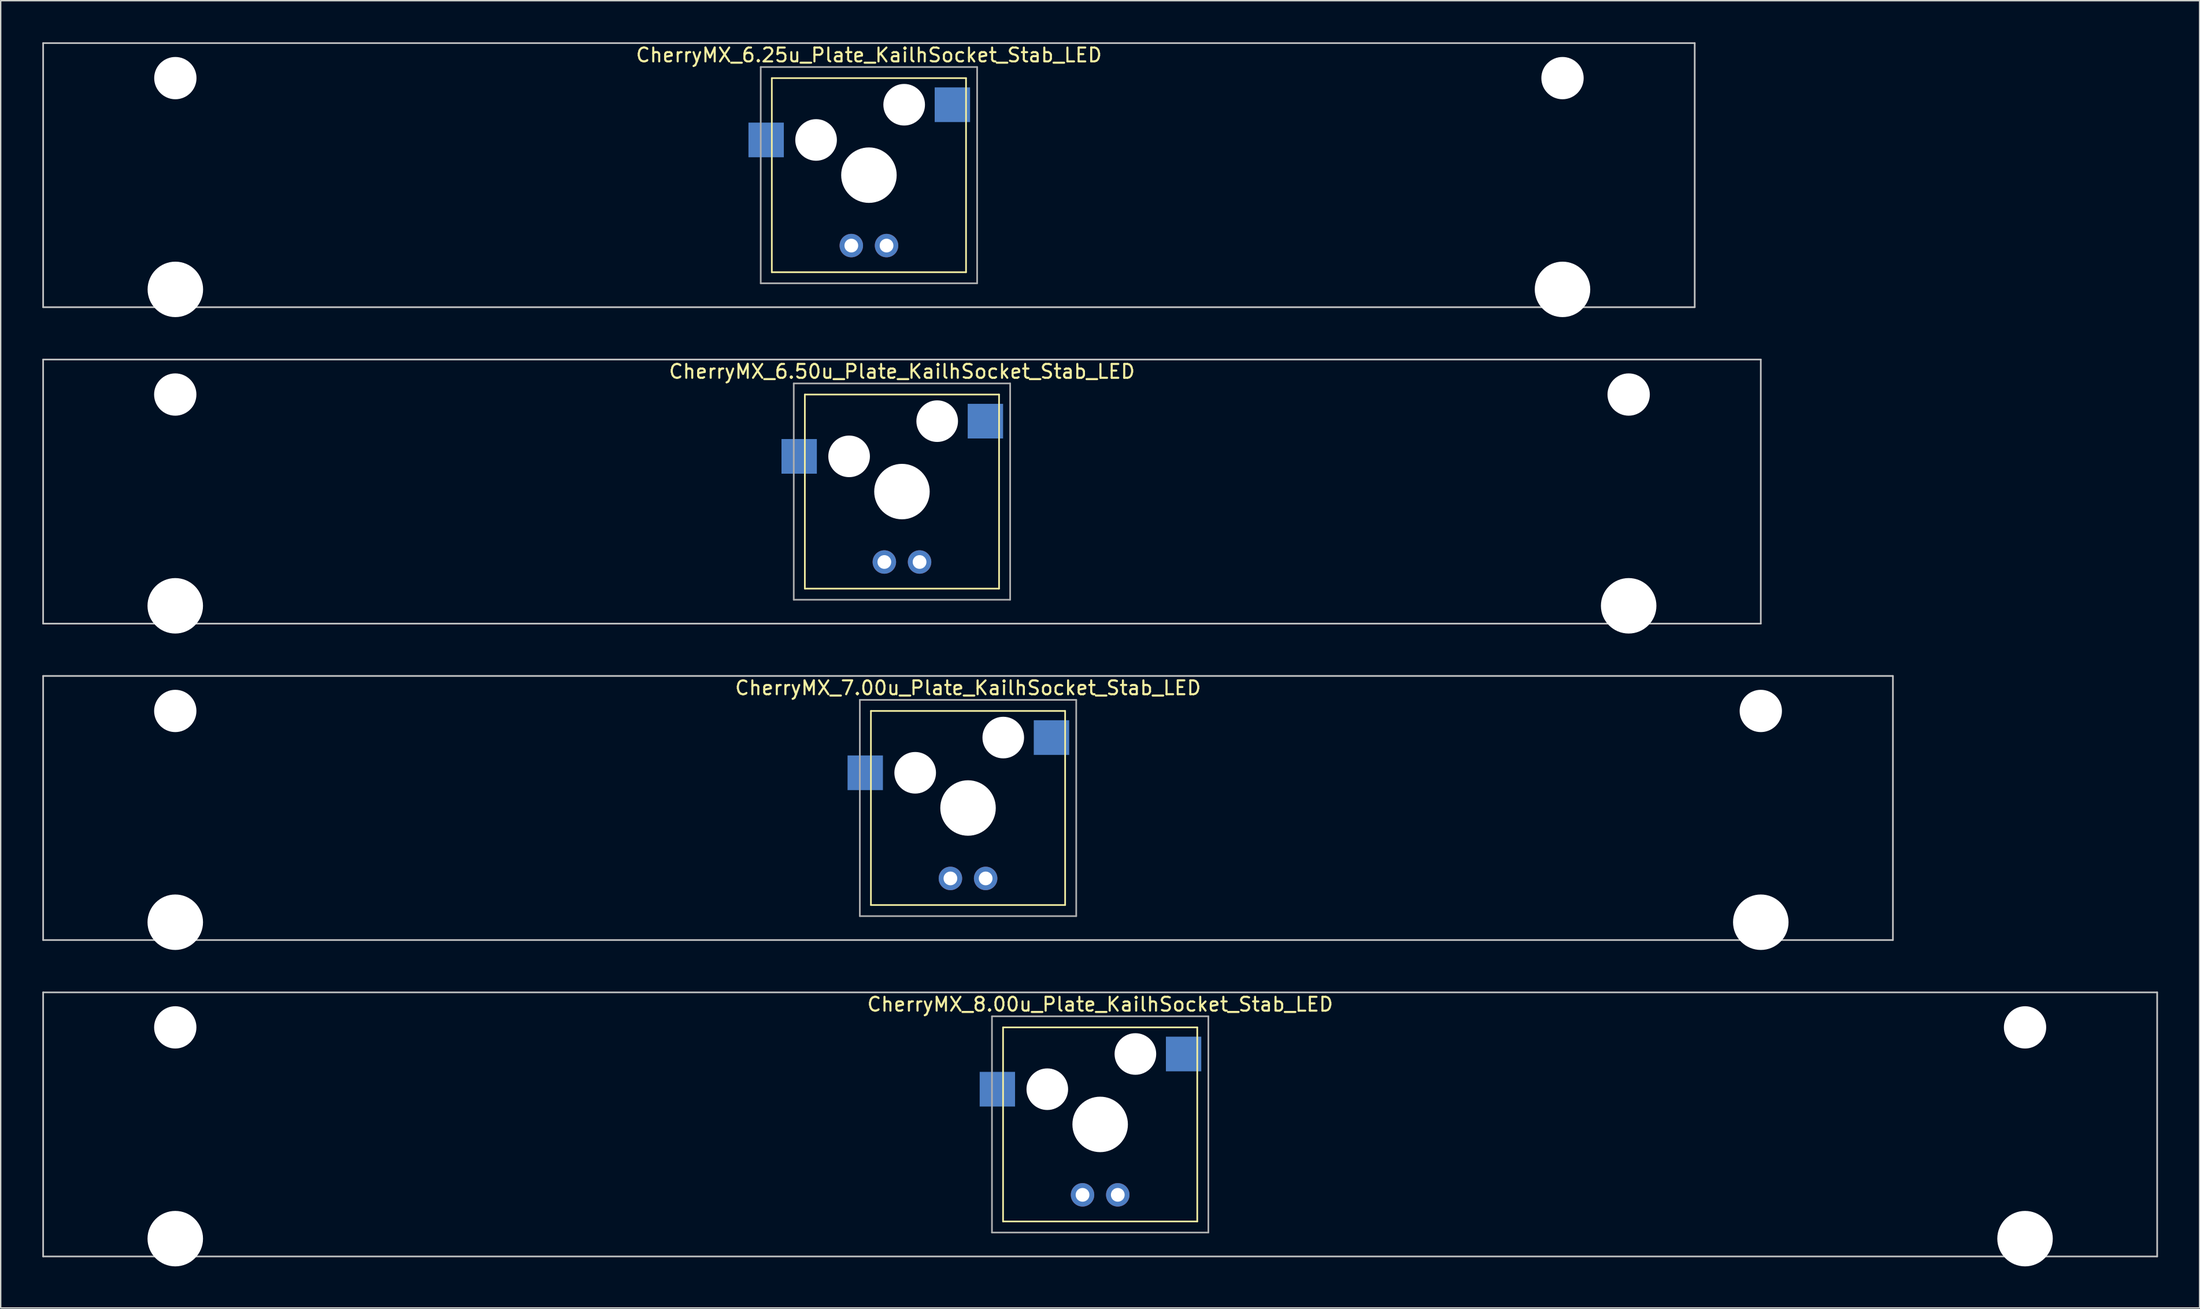
<source format=kicad_pcb>
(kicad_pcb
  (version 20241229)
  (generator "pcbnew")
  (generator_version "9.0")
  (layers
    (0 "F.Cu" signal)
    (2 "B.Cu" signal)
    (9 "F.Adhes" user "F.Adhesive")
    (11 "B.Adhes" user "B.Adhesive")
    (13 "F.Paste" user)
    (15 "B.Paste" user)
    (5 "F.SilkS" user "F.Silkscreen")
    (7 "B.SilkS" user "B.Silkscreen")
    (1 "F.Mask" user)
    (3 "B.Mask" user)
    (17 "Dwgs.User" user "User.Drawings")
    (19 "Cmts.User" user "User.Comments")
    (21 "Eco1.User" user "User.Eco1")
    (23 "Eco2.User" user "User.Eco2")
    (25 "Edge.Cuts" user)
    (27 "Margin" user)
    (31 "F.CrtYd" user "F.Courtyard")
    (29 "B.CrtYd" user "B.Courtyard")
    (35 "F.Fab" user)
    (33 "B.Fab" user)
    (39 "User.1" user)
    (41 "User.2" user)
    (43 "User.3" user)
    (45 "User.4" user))
  (footprint "CherryMX_6.50u_Plate_KailhSocket_Stab_LED"
    (layer "F.Cu")
    (at 61.972 32.41)
    (property "Reference" "CherryMX_6.50u_Plate_KailhSocket_Stab_LED" (at 0 -8.662 0) (layer "F.SilkS") (effects (font (size 1 1) (thickness 0.15))))
    (attr through_hole)
    (fp_line (start -7 -7) (end -7 7) (stroke (width 0.12) (type solid)) (layer "F.SilkS"))
    (fp_line (start -7 -7) (end 7 -7) (stroke (width 0.12) (type solid)) (layer "F.SilkS"))
    (fp_line (start 7 -7) (end 7 7) (stroke (width 0.12) (type solid)) (layer "F.SilkS"))
    (fp_line (start 7 7) (end -7 7) (stroke (width 0.12) (type solid)) (layer "F.SilkS"))
    (fp_line (start -61.913 -9.525) (end 61.913 -9.525) (stroke (width 0.12) (type solid)) (layer "Dwgs.User"))
    (fp_line (start -61.913 9.525) (end -61.913 -9.525) (stroke (width 0.12) (type solid)) (layer "Dwgs.User"))
    (fp_line (start 61.913 -9.525) (end 61.913 9.525) (stroke (width 0.12) (type solid)) (layer "Dwgs.User"))
    (fp_line (start 61.913 9.525) (end -61.913 9.525) (stroke (width 0.12) (type solid)) (layer "Dwgs.User"))
    (fp_line (start -7.8 -7.8) (end -7.8 7.8) (stroke (width 0.12) (type solid)) (layer "F.Fab"))
    (fp_line (start -7.8 -7.8) (end 7.8 -7.8) (stroke (width 0.12) (type solid)) (layer "F.Fab"))
    (fp_line (start -7.8 7.8) (end 7.8 7.8) (stroke (width 0.12) (type solid)) (layer "F.Fab"))
    (fp_line (start 7.8 -7.8) (end 7.8 7.8) (stroke (width 0.12) (type solid)) (layer "F.Fab"))
    (pad "" np_thru_hole circle (at -52.388 -7) (size 3.05 3.05) (drill 3.05) (layers "*.Cu" "*.Mask"))
    (pad "" np_thru_hole circle (at -52.388 8.24) (size 4 4) (drill 4) (layers "*.Cu" "*.Mask"))
    (pad "" np_thru_hole circle (at -3.81 -2.54) (size 3 3) (drill 3) (layers "*.Cu" "*.Mask"))
    (pad "" np_thru_hole circle (at 0 0) (size 4 4) (drill 4) (layers "*.Cu" "*.Mask"))
    (pad "" np_thru_hole circle (at 2.54 -5.08) (size 3 3) (drill 3) (layers "*.Cu" "*.Mask"))
    (pad "" np_thru_hole circle (at 52.388 -7) (size 3.05 3.05) (drill 3.05) (layers "*.Cu" "*.Mask"))
    (pad "" np_thru_hole circle (at 52.388 8.24) (size 4 4) (drill 4) (layers "*.Cu" "*.Mask"))
    (pad "1" smd rect (at -7.41 -2.54) (size 2.55 2.5) (layers "B.Cu" "B.Mask" "B.Paste"))
    (pad "2" smd rect (at 6.015 -5.08) (size 2.55 2.5) (layers "B.Cu" "B.Mask" "B.Paste"))
    (pad "3" thru_hole circle (at -1.27 5.08) (size 1.691 1.691) (drill 0.991) (layers "*.Cu" "*.Mask"))
    (pad "4" thru_hole circle (at 1.27 5.08) (size 1.691 1.691) (drill 0.991) (layers "*.Cu" "*.Mask")))
  (footprint "CherryMX_6.25u_Plate_KailhSocket_Stab_LED"
    (layer "F.Cu")
    (at 59.591 9.585)
    (property "Reference" "CherryMX_6.25u_Plate_KailhSocket_Stab_LED" (at 0 -8.662 0) (layer "F.SilkS") (effects (font (size 1 1) (thickness 0.15))))
    (attr through_hole)
    (fp_line (start -7 -7) (end -7 7) (stroke (width 0.12) (type solid)) (layer "F.SilkS"))
    (fp_line (start -7 -7) (end 7 -7) (stroke (width 0.12) (type solid)) (layer "F.SilkS"))
    (fp_line (start 7 -7) (end 7 7) (stroke (width 0.12) (type solid)) (layer "F.SilkS"))
    (fp_line (start 7 7) (end -7 7) (stroke (width 0.12) (type solid)) (layer "F.SilkS"))
    (fp_line (start -59.531 -9.525) (end 59.531 -9.525) (stroke (width 0.12) (type solid)) (layer "Dwgs.User"))
    (fp_line (start -59.531 9.525) (end -59.531 -9.525) (stroke (width 0.12) (type solid)) (layer "Dwgs.User"))
    (fp_line (start 59.531 -9.525) (end 59.531 9.525) (stroke (width 0.12) (type solid)) (layer "Dwgs.User"))
    (fp_line (start 59.531 9.525) (end -59.531 9.525) (stroke (width 0.12) (type solid)) (layer "Dwgs.User"))
    (fp_line (start -7.8 -7.8) (end -7.8 7.8) (stroke (width 0.12) (type solid)) (layer "F.Fab"))
    (fp_line (start -7.8 -7.8) (end 7.8 -7.8) (stroke (width 0.12) (type solid)) (layer "F.Fab"))
    (fp_line (start -7.8 7.8) (end 7.8 7.8) (stroke (width 0.12) (type solid)) (layer "F.Fab"))
    (fp_line (start 7.8 -7.8) (end 7.8 7.8) (stroke (width 0.12) (type solid)) (layer "F.Fab"))
    (pad "" np_thru_hole circle (at -50 -7) (size 3.05 3.05) (drill 3.05) (layers "*.Cu" "*.Mask"))
    (pad "" np_thru_hole circle (at -50 8.24) (size 4 4) (drill 4) (layers "*.Cu" "*.Mask"))
    (pad "" np_thru_hole circle (at -3.81 -2.54) (size 3 3) (drill 3) (layers "*.Cu" "*.Mask"))
    (pad "" np_thru_hole circle (at 0 0) (size 4 4) (drill 4) (layers "*.Cu" "*.Mask"))
    (pad "" np_thru_hole circle (at 2.54 -5.08) (size 3 3) (drill 3) (layers "*.Cu" "*.Mask"))
    (pad "" np_thru_hole circle (at 50 -7) (size 3.05 3.05) (drill 3.05) (layers "*.Cu" "*.Mask"))
    (pad "" np_thru_hole circle (at 50 8.24) (size 4 4) (drill 4) (layers "*.Cu" "*.Mask"))
    (pad "1" smd rect (at -7.41 -2.54) (size 2.55 2.5) (layers "B.Cu" "B.Mask" "B.Paste"))
    (pad "2" smd rect (at 6.015 -5.08) (size 2.55 2.5) (layers "B.Cu" "B.Mask" "B.Paste"))
    (pad "3" thru_hole circle (at -1.27 5.08) (size 1.691 1.691) (drill 0.991) (layers "*.Cu" "*.Mask"))
    (pad "4" thru_hole circle (at 1.27 5.08) (size 1.691 1.691) (drill 0.991) (layers "*.Cu" "*.Mask")))
  (footprint "CherryMX_7.00u_Plate_KailhSocket_Stab_LED"
    (layer "F.Cu")
    (at 66.735 55.235)
    (property "Reference" "CherryMX_7.00u_Plate_KailhSocket_Stab_LED" (at 0 -8.662 0) (layer "F.SilkS") (effects (font (size 1 1) (thickness 0.15))))
    (attr through_hole)
    (fp_line (start -7 -7) (end -7 7) (stroke (width 0.12) (type solid)) (layer "F.SilkS"))
    (fp_line (start -7 -7) (end 7 -7) (stroke (width 0.12) (type solid)) (layer "F.SilkS"))
    (fp_line (start 7 -7) (end 7 7) (stroke (width 0.12) (type solid)) (layer "F.SilkS"))
    (fp_line (start 7 7) (end -7 7) (stroke (width 0.12) (type solid)) (layer "F.SilkS"))
    (fp_line (start -66.675 -9.525) (end 66.675 -9.525) (stroke (width 0.12) (type solid)) (layer "Dwgs.User"))
    (fp_line (start -66.675 9.525) (end -66.675 -9.525) (stroke (width 0.12) (type solid)) (layer "Dwgs.User"))
    (fp_line (start 66.675 -9.525) (end 66.675 9.525) (stroke (width 0.12) (type solid)) (layer "Dwgs.User"))
    (fp_line (start 66.675 9.525) (end -66.675 9.525) (stroke (width 0.12) (type solid)) (layer "Dwgs.User"))
    (fp_line (start -7.8 -7.8) (end -7.8 7.8) (stroke (width 0.12) (type solid)) (layer "F.Fab"))
    (fp_line (start -7.8 -7.8) (end 7.8 -7.8) (stroke (width 0.12) (type solid)) (layer "F.Fab"))
    (fp_line (start -7.8 7.8) (end 7.8 7.8) (stroke (width 0.12) (type solid)) (layer "F.Fab"))
    (fp_line (start 7.8 -7.8) (end 7.8 7.8) (stroke (width 0.12) (type solid)) (layer "F.Fab"))
    (pad "" np_thru_hole circle (at -57.15 -7) (size 3.05 3.05) (drill 3.05) (layers "*.Cu" "*.Mask"))
    (pad "" np_thru_hole circle (at -57.15 8.24) (size 4 4) (drill 4) (layers "*.Cu" "*.Mask"))
    (pad "" np_thru_hole circle (at -3.81 -2.54) (size 3 3) (drill 3) (layers "*.Cu" "*.Mask"))
    (pad "" np_thru_hole circle (at 0 0) (size 4 4) (drill 4) (layers "*.Cu" "*.Mask"))
    (pad "" np_thru_hole circle (at 2.54 -5.08) (size 3 3) (drill 3) (layers "*.Cu" "*.Mask"))
    (pad "" np_thru_hole circle (at 57.15 -7) (size 3.05 3.05) (drill 3.05) (layers "*.Cu" "*.Mask"))
    (pad "" np_thru_hole circle (at 57.15 8.24) (size 4 4) (drill 4) (layers "*.Cu" "*.Mask"))
    (pad "1" smd rect (at -7.41 -2.54) (size 2.55 2.5) (layers "B.Cu" "B.Mask" "B.Paste"))
    (pad "2" smd rect (at 6.015 -5.08) (size 2.55 2.5) (layers "B.Cu" "B.Mask" "B.Paste"))
    (pad "3" thru_hole circle (at -1.27 5.08) (size 1.691 1.691) (drill 0.991) (layers "*.Cu" "*.Mask"))
    (pad "4" thru_hole circle (at 1.27 5.08) (size 1.691 1.691) (drill 0.991) (layers "*.Cu" "*.Mask")))
  (footprint "CherryMX_8.00u_Plate_KailhSocket_Stab_LED"
    (layer "F.Cu")
    (at 76.26 78.06)
    (property "Reference" "CherryMX_8.00u_Plate_KailhSocket_Stab_LED" (at 0 -8.662 0) (layer "F.SilkS") (effects (font (size 1 1) (thickness 0.15))))
    (attr through_hole)
    (fp_line (start -7 -7) (end -7 7) (stroke (width 0.12) (type solid)) (layer "F.SilkS"))
    (fp_line (start -7 -7) (end 7 -7) (stroke (width 0.12) (type solid)) (layer "F.SilkS"))
    (fp_line (start 7 -7) (end 7 7) (stroke (width 0.12) (type solid)) (layer "F.SilkS"))
    (fp_line (start 7 7) (end -7 7) (stroke (width 0.12) (type solid)) (layer "F.SilkS"))
    (fp_line (start -76.2 -9.525) (end 76.2 -9.525) (stroke (width 0.12) (type solid)) (layer "Dwgs.User"))
    (fp_line (start -76.2 9.525) (end -76.2 -9.525) (stroke (width 0.12) (type solid)) (layer "Dwgs.User"))
    (fp_line (start 76.2 -9.525) (end 76.2 9.525) (stroke (width 0.12) (type solid)) (layer "Dwgs.User"))
    (fp_line (start 76.2 9.525) (end -76.2 9.525) (stroke (width 0.12) (type solid)) (layer "Dwgs.User"))
    (fp_line (start -7.8 -7.8) (end -7.8 7.8) (stroke (width 0.12) (type solid)) (layer "F.Fab"))
    (fp_line (start -7.8 -7.8) (end 7.8 -7.8) (stroke (width 0.12) (type solid)) (layer "F.Fab"))
    (fp_line (start -7.8 7.8) (end 7.8 7.8) (stroke (width 0.12) (type solid)) (layer "F.Fab"))
    (fp_line (start 7.8 -7.8) (end 7.8 7.8) (stroke (width 0.12) (type solid)) (layer "F.Fab"))
    (pad "" np_thru_hole circle (at -66.675 -7) (size 3.05 3.05) (drill 3.05) (layers "*.Cu" "*.Mask"))
    (pad "" np_thru_hole circle (at -66.675 8.24) (size 4 4) (drill 4) (layers "*.Cu" "*.Mask"))
    (pad "" np_thru_hole circle (at -3.81 -2.54) (size 3 3) (drill 3) (layers "*.Cu" "*.Mask"))
    (pad "" np_thru_hole circle (at 0 0) (size 4 4) (drill 4) (layers "*.Cu" "*.Mask"))
    (pad "" np_thru_hole circle (at 2.54 -5.08) (size 3 3) (drill 3) (layers "*.Cu" "*.Mask"))
    (pad "" np_thru_hole circle (at 66.675 -7) (size 3.05 3.05) (drill 3.05) (layers "*.Cu" "*.Mask"))
    (pad "" np_thru_hole circle (at 66.675 8.24) (size 4 4) (drill 4) (layers "*.Cu" "*.Mask"))
    (pad "1" smd rect (at -7.41 -2.54) (size 2.55 2.5) (layers "B.Cu" "B.Mask" "B.Paste"))
    (pad "2" smd rect (at 6.015 -5.08) (size 2.55 2.5) (layers "B.Cu" "B.Mask" "B.Paste"))
    (pad "3" thru_hole circle (at -1.27 5.08) (size 1.691 1.691) (drill 0.991) (layers "*.Cu" "*.Mask"))
    (pad "4" thru_hole circle (at 1.27 5.08) (size 1.691 1.691) (drill 0.991) (layers "*.Cu" "*.Mask")))
  (gr_rect
    (start -3 -3)
    (end 155.52 91.3)
    (stroke (width 0.1) (type default))
    (fill no)
    (layer "Edge.Cuts")))
</source>
